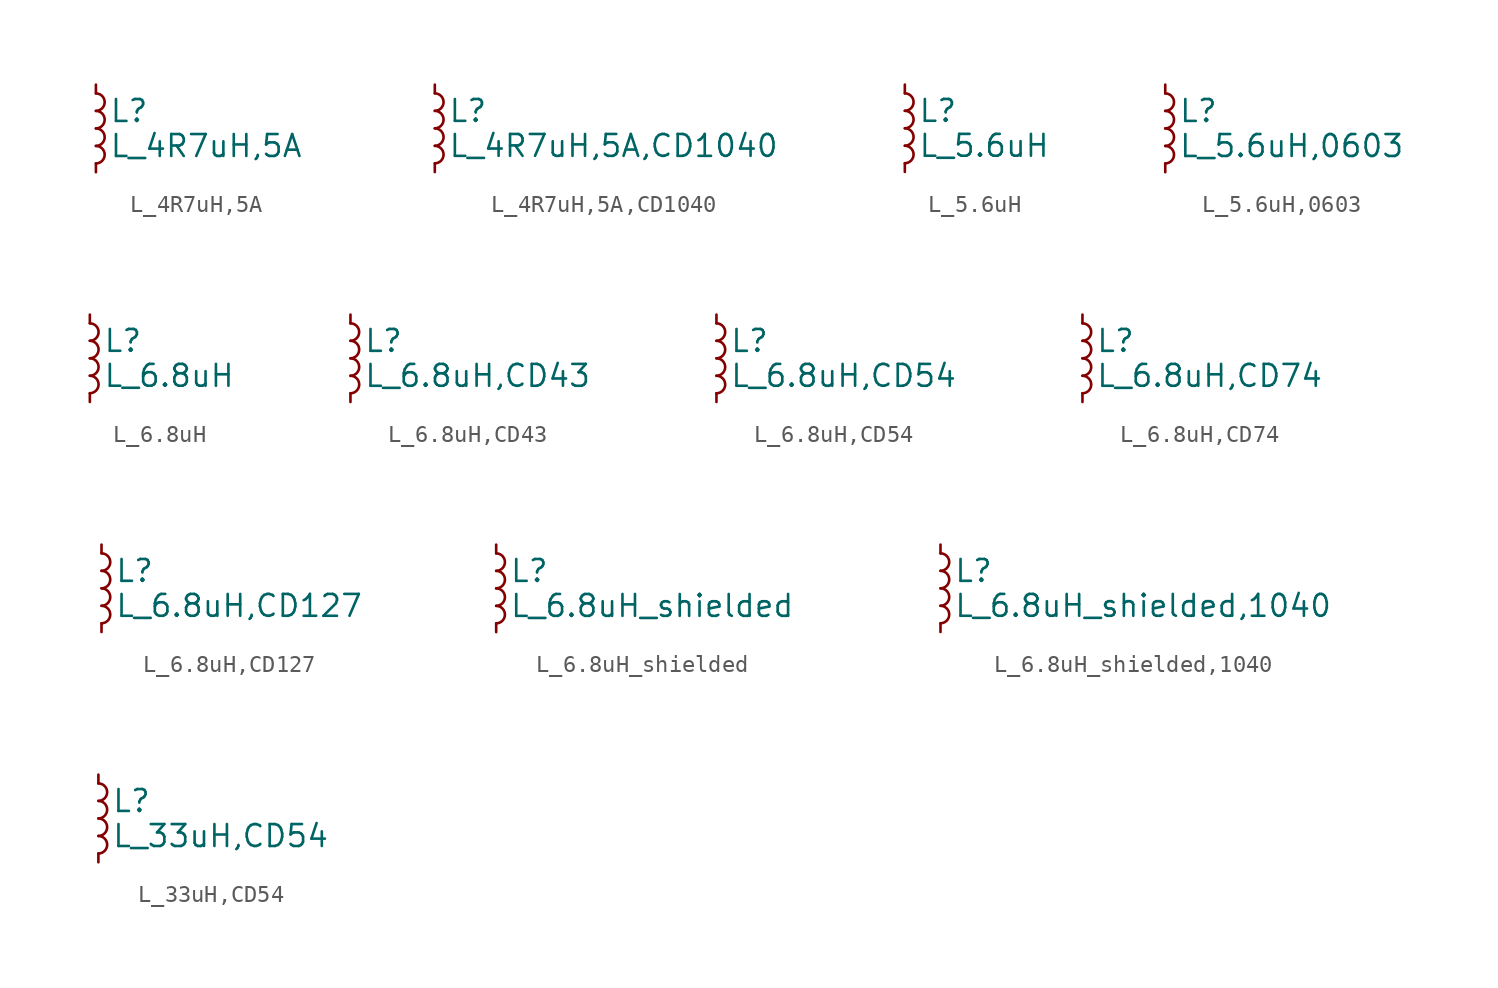
<source format=kicad_sym>
(kicad_symbol_lib
  (version 20211014)
  (generator kicad_symbol_editor)
  (symbol "L_4R7uH,5A"
    (pin_numbers hide)
    (pin_names
      (offset 0.254) hide)
    (property "Reference" "L"
      (at 0.762 1.016 0)
      (effects (font (size 1.27 1.27)) (justify left)))
    (property "Value" "L_4R7uH,5A"
      (at 0.762 -1.016 0)
      (effects (font (size 1.27 1.27)) (justify left)))
    (symbol "L_4R7uH,5A_0_1"
      (arc (start 0 -2.032) (mid 0.508 -1.524) (end 0 -1.016) (stroke (width 0) (type default) (color 0 0 0 0)) (fill (type none)))
      (arc (start 0 -1.016) (mid 0.508 -0.508) (end 0 0) (stroke (width 0) (type default) (color 0 0 0 0)) (fill (type none)))
      (arc (start 0 0) (mid 0.508 0.508) (end 0 1.016) (stroke (width 0) (type default) (color 0 0 0 0)) (fill (type none)))
      (arc (start 0 1.016) (mid 0.508 1.524) (end 0 2.032) (stroke (width 0) (type default) (color 0 0 0 0)) (fill (type none))))
    (symbol "L_4R7uH,5A_1_1"
      (pin passive line (at 0 2.54 270) (length 0.508) (name "~" (effects (font (size 1.27 1.27)))) (number "1" (effects (font (size 1.27 1.27)))))
      (pin passive line (at 0 -2.54 90) (length 0.508) (name "~" (effects (font (size 1.27 1.27)))) (number "2" (effects (font (size 1.27 1.27)))))))
  (symbol "L_4R7uH,5A,CD1040"
    (pin_numbers hide)
    (pin_names
      (offset 0.254) hide)
    (property "Reference" "L"
      (at 0.762 1.016 0)
      (effects (font (size 1.27 1.27)) (justify left)))
    (property "Value" "L_4R7uH,5A,CD1040"
      (at 0.762 -1.016 0)
      (effects (font (size 1.27 1.27)) (justify left)))
    (symbol "L_4R7uH,5A,CD1040_0_1"
      (arc (start 0 -2.032) (mid 0.508 -1.524) (end 0 -1.016) (stroke (width 0) (type default) (color 0 0 0 0)) (fill (type none)))
      (arc (start 0 -1.016) (mid 0.508 -0.508) (end 0 0) (stroke (width 0) (type default) (color 0 0 0 0)) (fill (type none)))
      (arc (start 0 0) (mid 0.508 0.508) (end 0 1.016) (stroke (width 0) (type default) (color 0 0 0 0)) (fill (type none)))
      (arc (start 0 1.016) (mid 0.508 1.524) (end 0 2.032) (stroke (width 0) (type default) (color 0 0 0 0)) (fill (type none))))
    (symbol "L_4R7uH,5A,CD1040_1_1"
      (pin passive line (at 0 2.54 270) (length 0.508) (name "~" (effects (font (size 1.27 1.27)))) (number "1" (effects (font (size 1.27 1.27)))))
      (pin passive line (at 0 -2.54 90) (length 0.508) (name "~" (effects (font (size 1.27 1.27)))) (number "2" (effects (font (size 1.27 1.27)))))))
  (symbol "L_5.6uH"
    (pin_numbers hide)
    (pin_names
      (offset 0.254) hide)
    (property "Reference" "L"
      (at 0.762 1.016 0)
      (effects (font (size 1.27 1.27)) (justify left)))
    (property "Value" "L_5.6uH"
      (at 0.762 -1.016 0)
      (effects (font (size 1.27 1.27)) (justify left)))
    (symbol "L_5.6uH_0_1"
      (arc (start 0 -2.032) (mid 0.508 -1.524) (end 0 -1.016) (stroke (width 0) (type default) (color 0 0 0 0)) (fill (type none)))
      (arc (start 0 -1.016) (mid 0.508 -0.508) (end 0 0) (stroke (width 0) (type default) (color 0 0 0 0)) (fill (type none)))
      (arc (start 0 0) (mid 0.508 0.508) (end 0 1.016) (stroke (width 0) (type default) (color 0 0 0 0)) (fill (type none)))
      (arc (start 0 1.016) (mid 0.508 1.524) (end 0 2.032) (stroke (width 0) (type default) (color 0 0 0 0)) (fill (type none))))
    (symbol "L_5.6uH_1_1"
      (pin passive line (at 0 2.54 270) (length 0.508) (name "~" (effects (font (size 1.27 1.27)))) (number "1" (effects (font (size 1.27 1.27)))))
      (pin passive line (at 0 -2.54 90) (length 0.508) (name "~" (effects (font (size 1.27 1.27)))) (number "2" (effects (font (size 1.27 1.27)))))))
  (symbol "L_5.6uH,0603"
    (pin_numbers hide)
    (pin_names
      (offset 0.254) hide)
    (property "Reference" "L"
      (at 0.762 1.016 0)
      (effects (font (size 1.27 1.27)) (justify left)))
    (property "Value" "L_5.6uH,0603"
      (at 0.762 -1.016 0)
      (effects (font (size 1.27 1.27)) (justify left)))
    (symbol "L_5.6uH,0603_0_1"
      (arc (start 0 -2.032) (mid 0.508 -1.524) (end 0 -1.016) (stroke (width 0) (type default) (color 0 0 0 0)) (fill (type none)))
      (arc (start 0 -1.016) (mid 0.508 -0.508) (end 0 0) (stroke (width 0) (type default) (color 0 0 0 0)) (fill (type none)))
      (arc (start 0 0) (mid 0.508 0.508) (end 0 1.016) (stroke (width 0) (type default) (color 0 0 0 0)) (fill (type none)))
      (arc (start 0 1.016) (mid 0.508 1.524) (end 0 2.032) (stroke (width 0) (type default) (color 0 0 0 0)) (fill (type none))))
    (symbol "L_5.6uH,0603_1_1"
      (pin passive line (at 0 2.54 270) (length 0.508) (name "~" (effects (font (size 1.27 1.27)))) (number "1" (effects (font (size 1.27 1.27)))))
      (pin passive line (at 0 -2.54 90) (length 0.508) (name "~" (effects (font (size 1.27 1.27)))) (number "2" (effects (font (size 1.27 1.27)))))))
  (symbol "L_6.8uH"
    (pin_numbers hide)
    (pin_names
      (offset 0.254) hide)
    (property "Reference" "L"
      (at 0.762 1.016 0)
      (effects (font (size 1.27 1.27)) (justify left)))
    (property "Value" "L_6.8uH"
      (at 0.762 -1.016 0)
      (effects (font (size 1.27 1.27)) (justify left)))
    (symbol "L_6.8uH_0_1"
      (arc (start 0 -2.032) (mid 0.508 -1.524) (end 0 -1.016) (stroke (width 0) (type default) (color 0 0 0 0)) (fill (type none)))
      (arc (start 0 -1.016) (mid 0.508 -0.508) (end 0 0) (stroke (width 0) (type default) (color 0 0 0 0)) (fill (type none)))
      (arc (start 0 0) (mid 0.508 0.508) (end 0 1.016) (stroke (width 0) (type default) (color 0 0 0 0)) (fill (type none)))
      (arc (start 0 1.016) (mid 0.508 1.524) (end 0 2.032) (stroke (width 0) (type default) (color 0 0 0 0)) (fill (type none))))
    (symbol "L_6.8uH_1_1"
      (pin passive line (at 0 2.54 270) (length 0.508) (name "~" (effects (font (size 1.27 1.27)))) (number "1" (effects (font (size 1.27 1.27)))))
      (pin passive line (at 0 -2.54 90) (length 0.508) (name "~" (effects (font (size 1.27 1.27)))) (number "2" (effects (font (size 1.27 1.27)))))))
  (symbol "L_6.8uH,CD43"
    (pin_numbers hide)
    (pin_names
      (offset 0.254) hide)
    (property "Reference" "L"
      (at 0.762 1.016 0)
      (effects (font (size 1.27 1.27)) (justify left)))
    (property "Value" "L_6.8uH,CD43"
      (at 0.762 -1.016 0)
      (effects (font (size 1.27 1.27)) (justify left)))
    (symbol "L_6.8uH,CD43_0_1"
      (arc (start 0 -2.032) (mid 0.508 -1.524) (end 0 -1.016) (stroke (width 0) (type default) (color 0 0 0 0)) (fill (type none)))
      (arc (start 0 -1.016) (mid 0.508 -0.508) (end 0 0) (stroke (width 0) (type default) (color 0 0 0 0)) (fill (type none)))
      (arc (start 0 0) (mid 0.508 0.508) (end 0 1.016) (stroke (width 0) (type default) (color 0 0 0 0)) (fill (type none)))
      (arc (start 0 1.016) (mid 0.508 1.524) (end 0 2.032) (stroke (width 0) (type default) (color 0 0 0 0)) (fill (type none))))
    (symbol "L_6.8uH,CD43_1_1"
      (pin passive line (at 0 2.54 270) (length 0.508) (name "~" (effects (font (size 1.27 1.27)))) (number "1" (effects (font (size 1.27 1.27)))))
      (pin passive line (at 0 -2.54 90) (length 0.508) (name "~" (effects (font (size 1.27 1.27)))) (number "2" (effects (font (size 1.27 1.27)))))))
  (symbol "L_6.8uH,CD54"
    (pin_numbers hide)
    (pin_names
      (offset 0.254) hide)
    (property "Reference" "L"
      (at 0.762 1.016 0)
      (effects (font (size 1.27 1.27)) (justify left)))
    (property "Value" "L_6.8uH,CD54"
      (at 0.762 -1.016 0)
      (effects (font (size 1.27 1.27)) (justify left)))
    (symbol "L_6.8uH,CD54_0_1"
      (arc (start 0 -2.032) (mid 0.508 -1.524) (end 0 -1.016) (stroke (width 0) (type default) (color 0 0 0 0)) (fill (type none)))
      (arc (start 0 -1.016) (mid 0.508 -0.508) (end 0 0) (stroke (width 0) (type default) (color 0 0 0 0)) (fill (type none)))
      (arc (start 0 0) (mid 0.508 0.508) (end 0 1.016) (stroke (width 0) (type default) (color 0 0 0 0)) (fill (type none)))
      (arc (start 0 1.016) (mid 0.508 1.524) (end 0 2.032) (stroke (width 0) (type default) (color 0 0 0 0)) (fill (type none))))
    (symbol "L_6.8uH,CD54_1_1"
      (pin passive line (at 0 2.54 270) (length 0.508) (name "~" (effects (font (size 1.27 1.27)))) (number "1" (effects (font (size 1.27 1.27)))))
      (pin passive line (at 0 -2.54 90) (length 0.508) (name "~" (effects (font (size 1.27 1.27)))) (number "2" (effects (font (size 1.27 1.27)))))))
  (symbol "L_6.8uH,CD74"
    (pin_numbers hide)
    (pin_names
      (offset 0.254) hide)
    (property "Reference" "L"
      (at 0.762 1.016 0)
      (effects (font (size 1.27 1.27)) (justify left)))
    (property "Value" "L_6.8uH,CD74"
      (at 0.762 -1.016 0)
      (effects (font (size 1.27 1.27)) (justify left)))
    (symbol "L_6.8uH,CD74_0_1"
      (arc (start 0 -2.032) (mid 0.508 -1.524) (end 0 -1.016) (stroke (width 0) (type default) (color 0 0 0 0)) (fill (type none)))
      (arc (start 0 -1.016) (mid 0.508 -0.508) (end 0 0) (stroke (width 0) (type default) (color 0 0 0 0)) (fill (type none)))
      (arc (start 0 0) (mid 0.508 0.508) (end 0 1.016) (stroke (width 0) (type default) (color 0 0 0 0)) (fill (type none)))
      (arc (start 0 1.016) (mid 0.508 1.524) (end 0 2.032) (stroke (width 0) (type default) (color 0 0 0 0)) (fill (type none))))
    (symbol "L_6.8uH,CD74_1_1"
      (pin passive line (at 0 2.54 270) (length 0.508) (name "~" (effects (font (size 1.27 1.27)))) (number "1" (effects (font (size 1.27 1.27)))))
      (pin passive line (at 0 -2.54 90) (length 0.508) (name "~" (effects (font (size 1.27 1.27)))) (number "2" (effects (font (size 1.27 1.27)))))))
  (symbol "L_6.8uH,CD127"
    (pin_numbers hide)
    (pin_names
      (offset 0.254) hide)
    (property "Reference" "L"
      (at 0.762 1.016 0)
      (effects (font (size 1.27 1.27)) (justify left)))
    (property "Value" "L_6.8uH,CD127"
      (at 0.762 -1.016 0)
      (effects (font (size 1.27 1.27)) (justify left)))
    (symbol "L_6.8uH,CD127_0_1"
      (arc (start 0 -2.032) (mid 0.508 -1.524) (end 0 -1.016) (stroke (width 0) (type default) (color 0 0 0 0)) (fill (type none)))
      (arc (start 0 -1.016) (mid 0.508 -0.508) (end 0 0) (stroke (width 0) (type default) (color 0 0 0 0)) (fill (type none)))
      (arc (start 0 0) (mid 0.508 0.508) (end 0 1.016) (stroke (width 0) (type default) (color 0 0 0 0)) (fill (type none)))
      (arc (start 0 1.016) (mid 0.508 1.524) (end 0 2.032) (stroke (width 0) (type default) (color 0 0 0 0)) (fill (type none))))
    (symbol "L_6.8uH,CD127_1_1"
      (pin passive line (at 0 2.54 270) (length 0.508) (name "~" (effects (font (size 1.27 1.27)))) (number "1" (effects (font (size 1.27 1.27)))))
      (pin passive line (at 0 -2.54 90) (length 0.508) (name "~" (effects (font (size 1.27 1.27)))) (number "2" (effects (font (size 1.27 1.27)))))))
  (symbol "L_6.8uH_shielded"
    (pin_numbers hide)
    (pin_names
      (offset 0.254) hide)
    (property "Reference" "L"
      (at 0.762 1.016 0)
      (effects (font (size 1.27 1.27)) (justify left)))
    (property "Value" "L_6.8uH_shielded"
      (at 0.762 -1.016 0)
      (effects (font (size 1.27 1.27)) (justify left)))
    (symbol "L_6.8uH_shielded_0_1"
      (arc (start 0 -2.032) (mid 0.508 -1.524) (end 0 -1.016) (stroke (width 0) (type default) (color 0 0 0 0)) (fill (type none)))
      (arc (start 0 -1.016) (mid 0.508 -0.508) (end 0 0) (stroke (width 0) (type default) (color 0 0 0 0)) (fill (type none)))
      (arc (start 0 0) (mid 0.508 0.508) (end 0 1.016) (stroke (width 0) (type default) (color 0 0 0 0)) (fill (type none)))
      (arc (start 0 1.016) (mid 0.508 1.524) (end 0 2.032) (stroke (width 0) (type default) (color 0 0 0 0)) (fill (type none))))
    (symbol "L_6.8uH_shielded_1_1"
      (pin passive line (at 0 2.54 270) (length 0.508) (name "~" (effects (font (size 1.27 1.27)))) (number "1" (effects (font (size 1.27 1.27)))))
      (pin passive line (at 0 -2.54 90) (length 0.508) (name "~" (effects (font (size 1.27 1.27)))) (number "2" (effects (font (size 1.27 1.27)))))))
  (symbol "L_6.8uH_shielded,1040"
    (pin_numbers hide)
    (pin_names
      (offset 0.254) hide)
    (property "Reference" "L"
      (at 0.762 1.016 0)
      (effects (font (size 1.27 1.27)) (justify left)))
    (property "Value" "L_6.8uH_shielded,1040"
      (at 0.762 -1.016 0)
      (effects (font (size 1.27 1.27)) (justify left)))
    (symbol "L_6.8uH_shielded,1040_0_1"
      (arc (start 0 -2.032) (mid 0.508 -1.524) (end 0 -1.016) (stroke (width 0) (type default) (color 0 0 0 0)) (fill (type none)))
      (arc (start 0 -1.016) (mid 0.508 -0.508) (end 0 0) (stroke (width 0) (type default) (color 0 0 0 0)) (fill (type none)))
      (arc (start 0 0) (mid 0.508 0.508) (end 0 1.016) (stroke (width 0) (type default) (color 0 0 0 0)) (fill (type none)))
      (arc (start 0 1.016) (mid 0.508 1.524) (end 0 2.032) (stroke (width 0) (type default) (color 0 0 0 0)) (fill (type none))))
    (symbol "L_6.8uH_shielded,1040_1_1"
      (pin passive line (at 0 2.54 270) (length 0.508) (name "~" (effects (font (size 1.27 1.27)))) (number "1" (effects (font (size 1.27 1.27)))))
      (pin passive line (at 0 -2.54 90) (length 0.508) (name "~" (effects (font (size 1.27 1.27)))) (number "2" (effects (font (size 1.27 1.27)))))))
  (symbol "L_33uH,CD54"
    (pin_numbers hide)
    (pin_names
      (offset 0.254) hide)
    (property "Reference" "L"
      (at 0.762 1.016 0)
      (effects (font (size 1.27 1.27)) (justify left)))
    (property "Value" "L_33uH,CD54"
      (at 0.762 -1.016 0)
      (effects (font (size 1.27 1.27)) (justify left)))
    (symbol "L_33uH,CD54_0_1"
      (arc (start 0 -2.032) (mid 0.508 -1.524) (end 0 -1.016) (stroke (width 0) (type default) (color 0 0 0 0)) (fill (type none)))
      (arc (start 0 -1.016) (mid 0.508 -0.508) (end 0 0) (stroke (width 0) (type default) (color 0 0 0 0)) (fill (type none)))
      (arc (start 0 0) (mid 0.508 0.508) (end 0 1.016) (stroke (width 0) (type default) (color 0 0 0 0)) (fill (type none)))
      (arc (start 0 1.016) (mid 0.508 1.524) (end 0 2.032) (stroke (width 0) (type default) (color 0 0 0 0)) (fill (type none))))
    (symbol "L_33uH,CD54_1_1"
      (pin passive line (at 0 2.54 270) (length 0.508) (name "~" (effects (font (size 1.27 1.27)))) (number "1" (effects (font (size 1.27 1.27)))))
      (pin passive line (at 0 -2.54 90) (length 0.508) (name "~" (effects (font (size 1.27 1.27)))) (number "2" (effects (font (size 1.27 1.27))))))))
</source>
